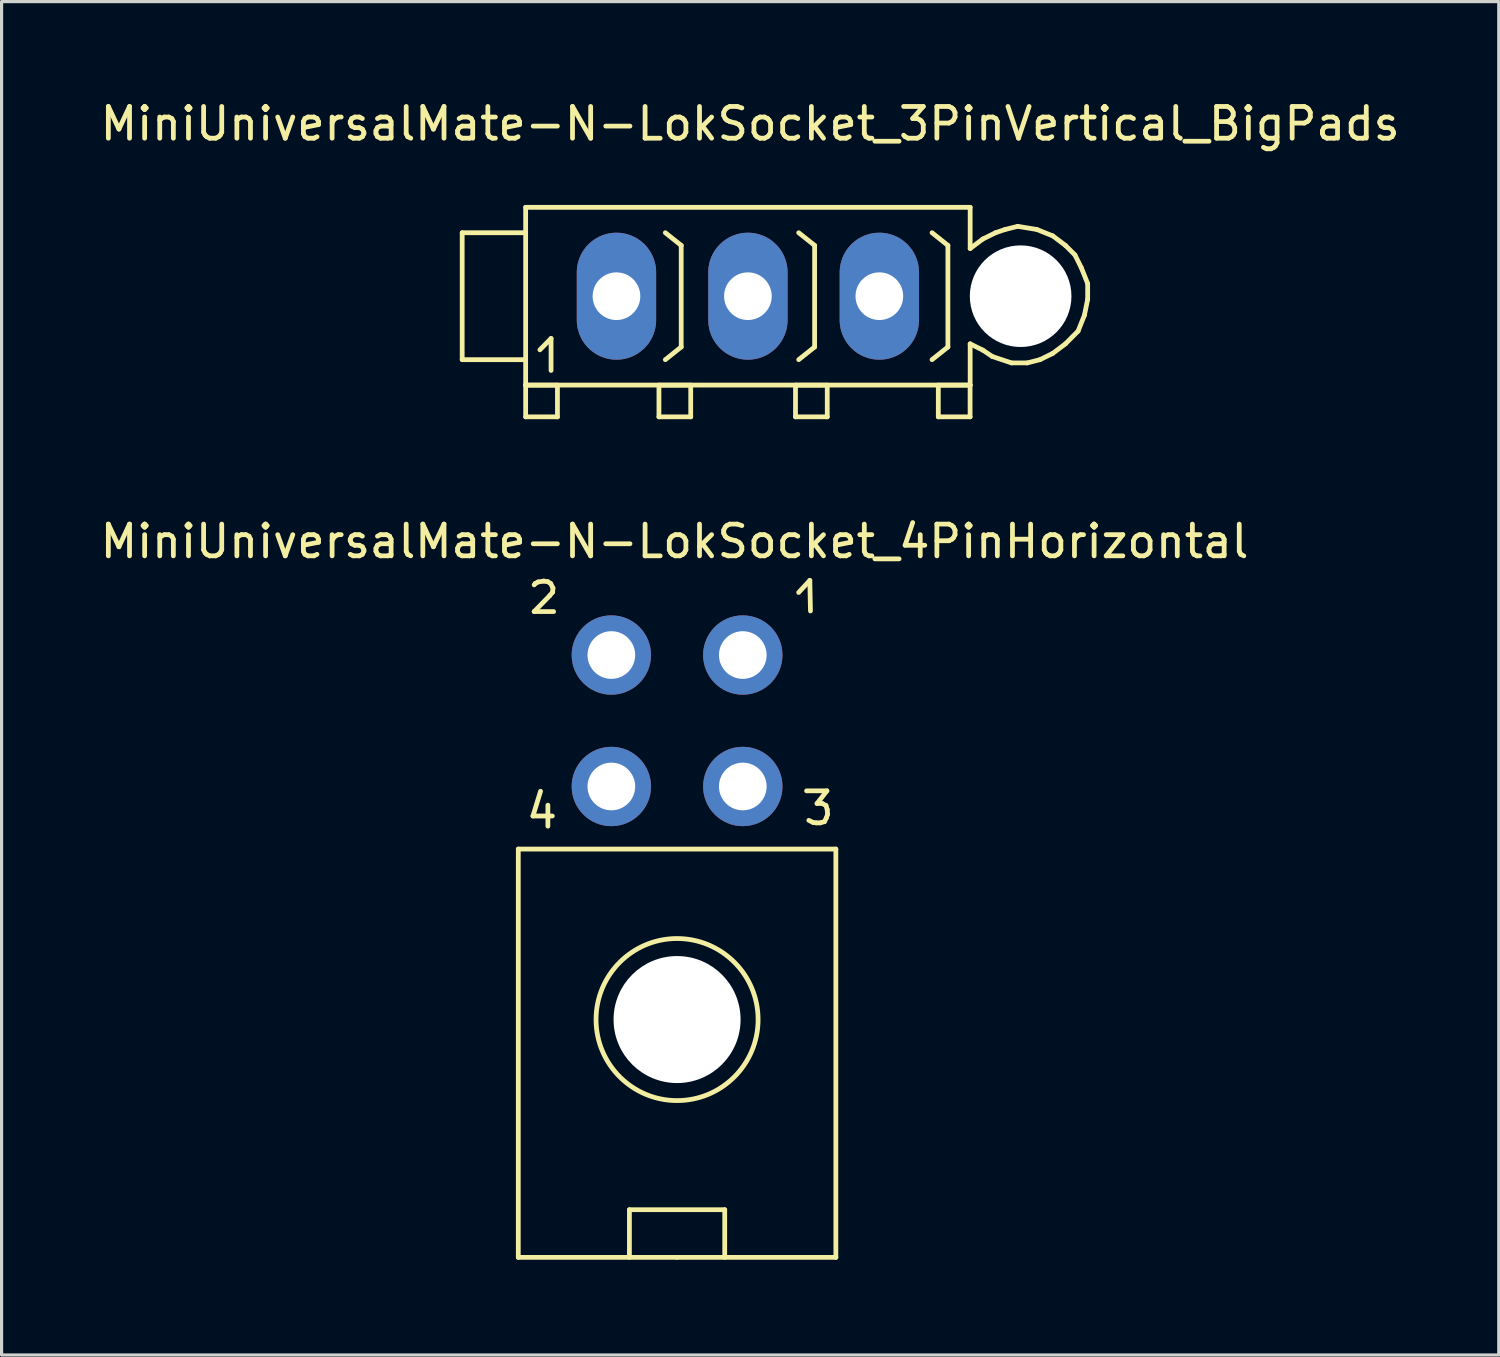
<source format=kicad_pcb>
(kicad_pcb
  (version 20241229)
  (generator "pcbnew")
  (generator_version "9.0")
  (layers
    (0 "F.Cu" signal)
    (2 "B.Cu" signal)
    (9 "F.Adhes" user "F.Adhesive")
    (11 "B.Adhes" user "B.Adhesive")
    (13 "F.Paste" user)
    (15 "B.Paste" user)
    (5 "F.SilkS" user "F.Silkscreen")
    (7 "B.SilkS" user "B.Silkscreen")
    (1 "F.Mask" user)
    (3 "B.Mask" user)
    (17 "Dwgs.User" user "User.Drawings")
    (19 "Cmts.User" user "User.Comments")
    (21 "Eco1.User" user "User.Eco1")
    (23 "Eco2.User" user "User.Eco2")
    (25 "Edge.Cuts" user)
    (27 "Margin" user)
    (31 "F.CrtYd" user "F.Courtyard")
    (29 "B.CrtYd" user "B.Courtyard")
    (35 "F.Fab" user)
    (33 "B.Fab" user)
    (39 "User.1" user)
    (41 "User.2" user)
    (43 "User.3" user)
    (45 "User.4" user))
  (footprint "MiniUniversalMate-N-LokSocket_3PinVertical_BigPads"
    (layer "F.Cu")
    (at 20.506 6.279)
    (property "Reference" "MiniUniversalMate-N-LokSocket_3PinVertical_BigPads" (at 0.071 -5.431 0) (layer "F.SilkS") (effects (font (size 1 1) (thickness 0.15))))
    (attr through_hole)
    (fp_line (start -8.999 -1.999) (end -8.999 1.999) (stroke (width 0.15) (type solid)) (layer "F.SilkS"))
    (fp_line (start -8.999 1.999) (end -7 1.999) (stroke (width 0.15) (type solid)) (layer "F.SilkS"))
    (fp_line (start -7 -2.799) (end -7 2.799) (stroke (width 0.15) (type solid)) (layer "F.SilkS"))
    (fp_line (start -7 -2.799) (end 7 -2.799) (stroke (width 0.15) (type solid)) (layer "F.SilkS"))
    (fp_line (start -7 -1.999) (end -8.999 -1.999) (stroke (width 0.15) (type solid)) (layer "F.SilkS"))
    (fp_line (start -7 2.799) (end 7 2.799) (stroke (width 0.15) (type solid)) (layer "F.SilkS"))
    (fp_line (start -7 2.802) (end -5.999 2.802) (stroke (width 0.15) (type solid)) (layer "F.SilkS"))
    (fp_line (start -7 3.8) (end -7 2.802) (stroke (width 0.15) (type solid)) (layer "F.SilkS"))
    (fp_line (start -6.551 1.689) (end -6.2 1.331) (stroke (width 0.15) (type solid)) (layer "F.SilkS"))
    (fp_line (start -6.2 1.331) (end -6.2 2.339) (stroke (width 0.15) (type solid)) (layer "F.SilkS"))
    (fp_line (start -5.999 2.802) (end -5.999 3.8) (stroke (width 0.15) (type solid)) (layer "F.SilkS"))
    (fp_line (start -5.999 3.8) (end -7 3.8) (stroke (width 0.15) (type solid)) (layer "F.SilkS"))
    (fp_line (start -2.802 2.802) (end -1.801 2.802) (stroke (width 0.15) (type solid)) (layer "F.SilkS"))
    (fp_line (start -2.802 3.8) (end -2.802 2.802) (stroke (width 0.15) (type solid)) (layer "F.SilkS"))
    (fp_line (start -2.101 -1.6) (end -2.601 -1.999) (stroke (width 0.15) (type solid)) (layer "F.SilkS"))
    (fp_line (start -2.101 -1.6) (end -2.101 1.6) (stroke (width 0.15) (type solid)) (layer "F.SilkS"))
    (fp_line (start -2.101 1.6) (end -2.601 1.999) (stroke (width 0.15) (type solid)) (layer "F.SilkS"))
    (fp_line (start -1.801 2.802) (end -1.801 3.8) (stroke (width 0.15) (type solid)) (layer "F.SilkS"))
    (fp_line (start -1.801 3.8) (end -2.802 3.8) (stroke (width 0.15) (type solid)) (layer "F.SilkS"))
    (fp_line (start 1.499 2.802) (end 2.499 2.802) (stroke (width 0.15) (type solid)) (layer "F.SilkS"))
    (fp_line (start 1.499 3.8) (end 1.499 2.802) (stroke (width 0.15) (type solid)) (layer "F.SilkS"))
    (fp_line (start 2.101 -1.6) (end 1.6 -1.999) (stroke (width 0.15) (type solid)) (layer "F.SilkS"))
    (fp_line (start 2.101 -1.6) (end 2.101 1.6) (stroke (width 0.15) (type solid)) (layer "F.SilkS"))
    (fp_line (start 2.101 1.6) (end 1.6 1.999) (stroke (width 0.15) (type solid)) (layer "F.SilkS"))
    (fp_line (start 2.499 2.802) (end 2.499 3.8) (stroke (width 0.15) (type solid)) (layer "F.SilkS"))
    (fp_line (start 2.499 3.8) (end 1.499 3.8) (stroke (width 0.15) (type solid)) (layer "F.SilkS"))
    (fp_line (start 5.997 2.802) (end 6.998 2.802) (stroke (width 0.15) (type solid)) (layer "F.SilkS"))
    (fp_line (start 5.997 3.8) (end 5.997 2.802) (stroke (width 0.15) (type solid)) (layer "F.SilkS"))
    (fp_line (start 6.299 -1.6) (end 5.799 -1.999) (stroke (width 0.15) (type solid)) (layer "F.SilkS"))
    (fp_line (start 6.299 -1.6) (end 6.299 1.6) (stroke (width 0.15) (type solid)) (layer "F.SilkS"))
    (fp_line (start 6.299 1.6) (end 5.799 1.999) (stroke (width 0.15) (type solid)) (layer "F.SilkS"))
    (fp_line (start 6.998 2.802) (end 6.998 3.8) (stroke (width 0.15) (type solid)) (layer "F.SilkS"))
    (fp_line (start 6.998 3.8) (end 5.997 3.8) (stroke (width 0.15) (type solid)) (layer "F.SilkS"))
    (fp_line (start 7 -2.799) (end 7 -1.501) (stroke (width 0.15) (type solid)) (layer "F.SilkS"))
    (fp_line (start 7 -1.501) (end 7.399 -1.801) (stroke (width 0.15) (type solid)) (layer "F.SilkS"))
    (fp_line (start 7 2.799) (end 7 1.501) (stroke (width 0.15) (type solid)) (layer "F.SilkS"))
    (fp_line (start 7.399 -1.801) (end 7.8 -1.999) (stroke (width 0.15) (type solid)) (layer "F.SilkS"))
    (fp_line (start 7.399 1.699) (end 7 1.501) (stroke (width 0.15) (type solid)) (layer "F.SilkS"))
    (fp_line (start 7.699 1.9) (end 7.399 1.699) (stroke (width 0.15) (type solid)) (layer "F.SilkS"))
    (fp_line (start 7.8 -1.999) (end 8.1 -2.101) (stroke (width 0.15) (type solid)) (layer "F.SilkS"))
    (fp_line (start 8.1 -2.101) (end 8.499 -2.2) (stroke (width 0.15) (type solid)) (layer "F.SilkS"))
    (fp_line (start 8.301 2.101) (end 7.699 1.9) (stroke (width 0.15) (type solid)) (layer "F.SilkS"))
    (fp_line (start 8.499 -2.2) (end 9.101 -2.101) (stroke (width 0.15) (type solid)) (layer "F.SilkS"))
    (fp_line (start 8.801 2.101) (end 8.301 2.101) (stroke (width 0.15) (type solid)) (layer "F.SilkS"))
    (fp_line (start 9.101 -2.101) (end 9.601 -1.9) (stroke (width 0.15) (type solid)) (layer "F.SilkS"))
    (fp_line (start 9.2 1.999) (end 8.801 2.101) (stroke (width 0.15) (type solid)) (layer "F.SilkS"))
    (fp_line (start 9.601 -1.9) (end 10 -1.6) (stroke (width 0.15) (type solid)) (layer "F.SilkS"))
    (fp_line (start 9.601 1.801) (end 9.2 1.999) (stroke (width 0.15) (type solid)) (layer "F.SilkS"))
    (fp_line (start 10 -1.6) (end 10.3 -1.3) (stroke (width 0.15) (type solid)) (layer "F.SilkS"))
    (fp_line (start 10 1.501) (end 9.601 1.801) (stroke (width 0.15) (type solid)) (layer "F.SilkS"))
    (fp_line (start 10.3 -1.3) (end 10.5 -0.899) (stroke (width 0.15) (type solid)) (layer "F.SilkS"))
    (fp_line (start 10.399 1.1) (end 10 1.501) (stroke (width 0.15) (type solid)) (layer "F.SilkS"))
    (fp_line (start 10.5 -0.899) (end 10.701 -0.399) (stroke (width 0.15) (type solid)) (layer "F.SilkS"))
    (fp_line (start 10.599 0.599) (end 10.399 1.1) (stroke (width 0.15) (type solid)) (layer "F.SilkS"))
    (fp_line (start 10.701 -0.399) (end 10.701 0.099) (stroke (width 0.15) (type solid)) (layer "F.SilkS"))
    (fp_line (start 10.701 0.099) (end 10.599 0.599) (stroke (width 0.15) (type solid)) (layer "F.SilkS"))
    (pad "" np_thru_hole circle (at 8.59 0) (size 3.2 3.2) (drill 3.2) (layers "*.Cu" "*.Mask"))
    (pad "1" thru_hole oval (at -4.14 0 90) (size 4 2.499) (drill 1.501) (layers "*.Cu" "*.Mask"))
    (pad "2" thru_hole oval (at 0 0 90) (size 4 2.499) (drill 1.501) (layers "*.Cu" "*.Mask"))
    (pad "3" thru_hole oval (at 4.14 0 90) (size 4 2.499) (drill 1.501) (layers "*.Cu" "*.Mask")))
  (footprint "MiniUniversalMate-N-LokSocket_4PinHorizontal"
    (layer "F.Cu")
    (at 18.275 19.651)
    (property "Reference" "MiniUniversalMate-N-LokSocket_4PinHorizontal" (at -0.079 -5.649 0) (layer "F.SilkS") (effects (font (size 1 1) (thickness 0.15))))
    (attr through_hole)
    (fp_line (start -5.001 4.041) (end 5.001 4.041) (stroke (width 0.15) (type solid)) (layer "F.SilkS"))
    (fp_line (start -5.001 16.901) (end -5.001 4.041) (stroke (width 0.15) (type solid)) (layer "F.SilkS"))
    (fp_line (start -4.539 3) (end -3.929 3) (stroke (width 0.15) (type solid)) (layer "F.SilkS"))
    (fp_line (start -4.501 -4.28) (end -4.47 -4.321) (stroke (width 0.15) (type solid)) (layer "F.SilkS"))
    (fp_line (start -4.501 -3.439) (end -3.889 -3.439) (stroke (width 0.15) (type solid)) (layer "F.SilkS"))
    (fp_line (start -4.47 -4.321) (end -4.379 -4.371) (stroke (width 0.15) (type solid)) (layer "F.SilkS"))
    (fp_line (start -4.379 -4.371) (end -4.201 -4.399) (stroke (width 0.15) (type solid)) (layer "F.SilkS"))
    (fp_line (start -4.3 2.22) (end -4.539 3) (stroke (width 0.15) (type solid)) (layer "F.SilkS"))
    (fp_line (start -4.201 -4.399) (end -4.069 -4.379) (stroke (width 0.15) (type solid)) (layer "F.SilkS"))
    (fp_line (start -4.069 -4.379) (end -3.98 -4.321) (stroke (width 0.15) (type solid)) (layer "F.SilkS"))
    (fp_line (start -4.069 2.659) (end -4.069 3.32) (stroke (width 0.15) (type solid)) (layer "F.SilkS"))
    (fp_line (start -4.011 -3.94) (end -4.501 -3.439) (stroke (width 0.15) (type solid)) (layer "F.SilkS"))
    (fp_line (start -3.98 -4.321) (end -3.909 -4.181) (stroke (width 0.15) (type solid)) (layer "F.SilkS"))
    (fp_line (start -3.919 -4.051) (end -4.011 -3.94) (stroke (width 0.15) (type solid)) (layer "F.SilkS"))
    (fp_line (start -3.909 -4.181) (end -3.919 -4.051) (stroke (width 0.15) (type solid)) (layer "F.SilkS"))
    (fp_line (start -1.501 15.4) (end -1.501 16.901) (stroke (width 0.15) (type solid)) (layer "F.SilkS"))
    (fp_line (start 0 16.901) (end -5.001 16.901) (stroke (width 0.15) (type solid)) (layer "F.SilkS"))
    (fp_line (start 0 16.901) (end 5.001 16.901) (stroke (width 0.15) (type solid)) (layer "F.SilkS"))
    (fp_line (start 1.501 15.4) (end -1.501 15.4) (stroke (width 0.15) (type solid)) (layer "F.SilkS"))
    (fp_line (start 1.501 16.901) (end 1.501 15.4) (stroke (width 0.15) (type solid)) (layer "F.SilkS"))
    (fp_line (start 3.83 -4.041) (end 4.181 -4.42) (stroke (width 0.15) (type solid)) (layer "F.SilkS"))
    (fp_line (start 4.079 2.207) (end 4.719 2.207) (stroke (width 0.15) (type solid)) (layer "F.SilkS"))
    (fp_line (start 4.181 -4.42) (end 4.201 -3.459) (stroke (width 0.15) (type solid)) (layer "F.SilkS"))
    (fp_line (start 4.29 3.205) (end 4.15 3.137) (stroke (width 0.15) (type solid)) (layer "F.SilkS"))
    (fp_line (start 4.389 3.216) (end 4.29 3.205) (stroke (width 0.15) (type solid)) (layer "F.SilkS"))
    (fp_line (start 4.409 2.606) (end 4.569 2.606) (stroke (width 0.15) (type solid)) (layer "F.SilkS"))
    (fp_line (start 4.508 3.216) (end 4.389 3.216) (stroke (width 0.15) (type solid)) (layer "F.SilkS"))
    (fp_line (start 4.569 2.606) (end 4.689 2.667) (stroke (width 0.15) (type solid)) (layer "F.SilkS"))
    (fp_line (start 4.641 3.178) (end 4.508 3.216) (stroke (width 0.15) (type solid)) (layer "F.SilkS"))
    (fp_line (start 4.689 2.667) (end 4.729 2.797) (stroke (width 0.15) (type solid)) (layer "F.SilkS"))
    (fp_line (start 4.699 3.066) (end 4.641 3.178) (stroke (width 0.15) (type solid)) (layer "F.SilkS"))
    (fp_line (start 4.719 2.207) (end 4.409 2.606) (stroke (width 0.15) (type solid)) (layer "F.SilkS"))
    (fp_line (start 4.729 2.797) (end 4.74 2.946) (stroke (width 0.15) (type solid)) (layer "F.SilkS"))
    (fp_line (start 4.74 2.946) (end 4.699 3.066) (stroke (width 0.15) (type solid)) (layer "F.SilkS"))
    (fp_line (start 5.001 4.041) (end 5.001 16.901) (stroke (width 0.15) (type solid)) (layer "F.SilkS"))
    (fp_circle (center 0 9.411) (end 2.141 10.8) (stroke (width 0.15) (type solid)) (fill no) (layer "F.SilkS"))
    (pad "" np_thru_hole circle (at 0 9.411 90) (size 4 4) (drill 4) (layers "*.Cu" "*.Mask"))
    (pad "1" thru_hole circle (at 2.07 -2.07 90) (size 2.499 2.499) (drill 1.501) (layers "*.Cu" "*.Mask"))
    (pad "2" thru_hole circle (at -2.07 -2.07 90) (size 2.499 2.499) (drill 1.501) (layers "*.Cu" "*.Mask"))
    (pad "3" thru_hole circle (at 2.07 2.07 90) (size 2.499 2.499) (drill 1.501) (layers "*.Cu" "*.Mask"))
    (pad "4" thru_hole circle (at -2.07 2.07 90) (size 2.499 2.499) (drill 1.501) (layers "*.Cu" "*.Mask")))
  (gr_rect
    (start -3 -3)
    (end 44.155 39.627)
    (stroke (width 0.1) (type default))
    (fill no)
    (layer "Edge.Cuts")))
</source>
